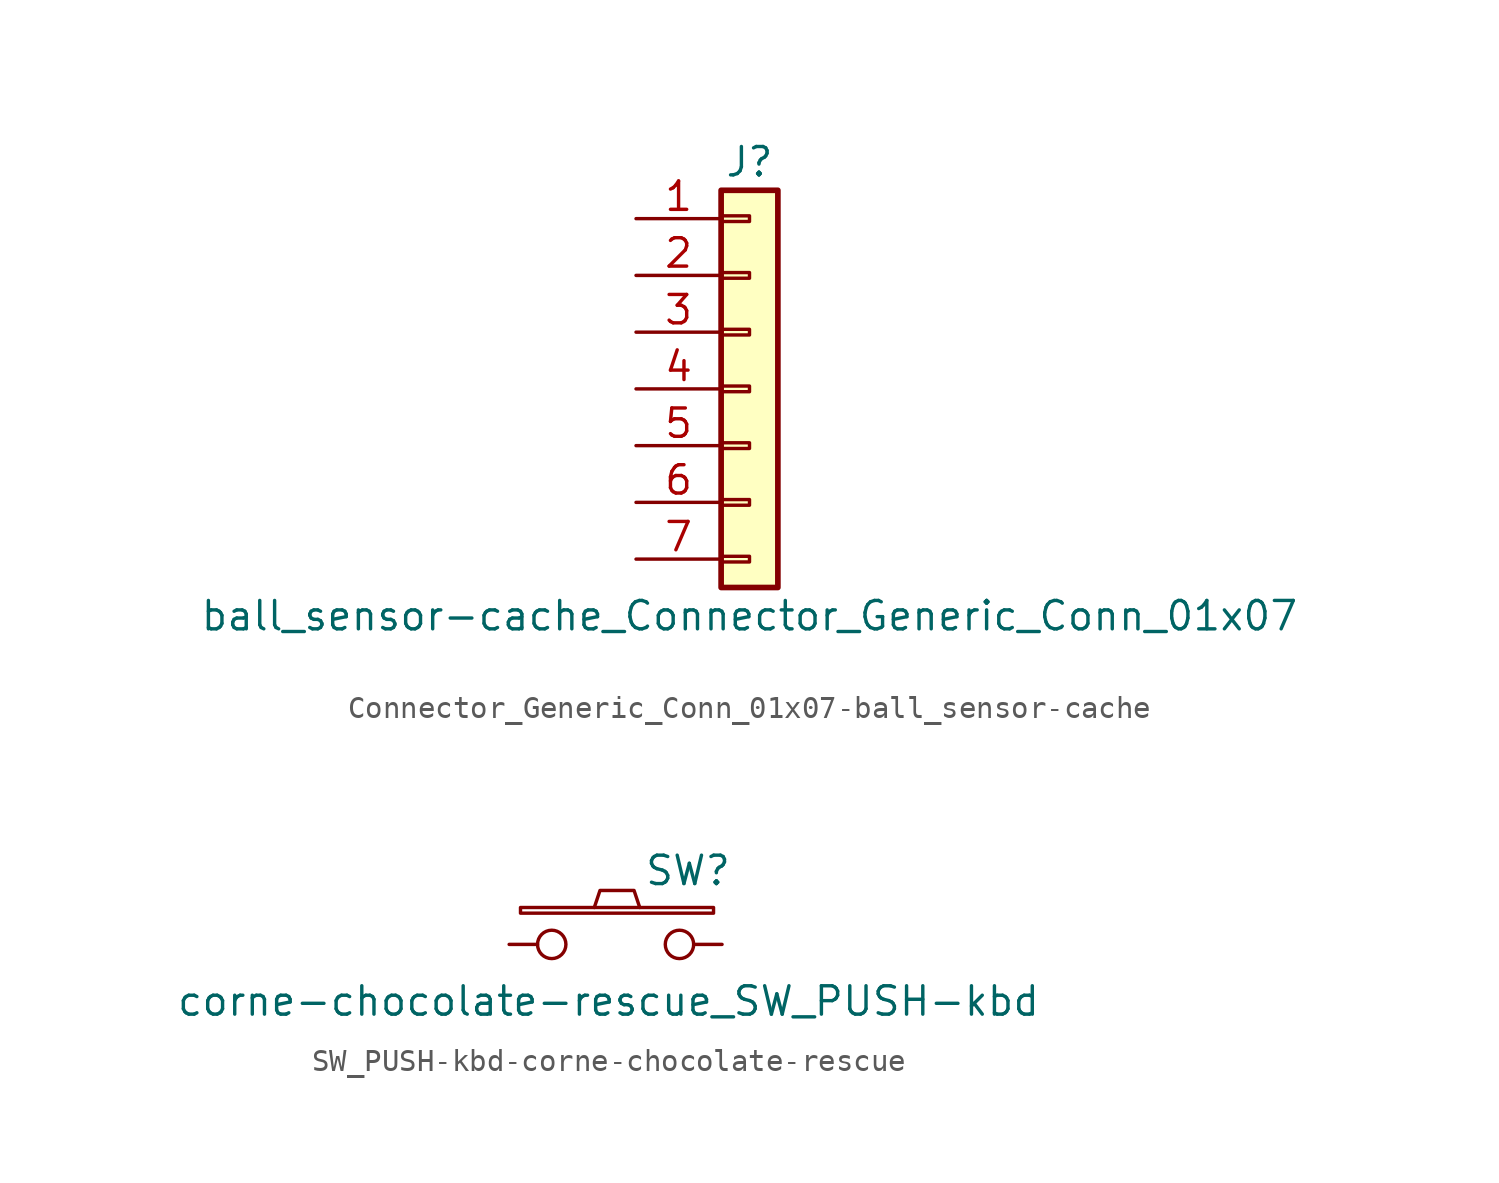
<source format=kicad_sym>
(kicad_symbol_lib
  (version 20220914)
  (generator kicad_symbol_editor)
  (symbol "Connector_Generic_Conn_01x07-ball_sensor-cache"
    (pin_names
      (offset 1.016) hide)
    (property "Reference" "J"
      (at 0 10.16 0)
      (effects (font (size 1.27 1.27))))
    (property "Value" "ball_sensor-cache_Connector_Generic_Conn_01x07"
      (at 0 -10.16 0)
      (effects (font (size 1.27 1.27))))
    (symbol "Connector_Generic_Conn_01x07-ball_sensor-cache_1_1"
      (rectangle (start -1.27 -7.493) (end 0 -7.747) (stroke (width 0.152) (type solid)) (fill (type none)))
      (rectangle (start -1.27 -4.953) (end 0 -5.207) (stroke (width 0.152) (type solid)) (fill (type none)))
      (rectangle (start -1.27 -2.413) (end 0 -2.667) (stroke (width 0.152) (type solid)) (fill (type none)))
      (rectangle (start -1.27 0.127) (end 0 -0.127) (stroke (width 0.152) (type solid)) (fill (type none)))
      (rectangle (start -1.27 2.667) (end 0 2.413) (stroke (width 0.152) (type solid)) (fill (type none)))
      (rectangle (start -1.27 5.207) (end 0 4.953) (stroke (width 0.152) (type solid)) (fill (type none)))
      (rectangle (start -1.27 7.747) (end 0 7.493) (stroke (width 0.152) (type solid)) (fill (type none)))
      (rectangle (start -1.27 8.89) (end 1.27 -8.89) (stroke (width 0.254) (type solid)) (fill (type background)))
      (pin passive line (at -5.08 7.62 0) (length 3.81) (name "Pin_1" (effects (font (size 1.27 1.27)))) (number "1" (effects (font (size 1.27 1.27)))))
      (pin passive line (at -5.08 5.08 0) (length 3.81) (name "Pin_2" (effects (font (size 1.27 1.27)))) (number "2" (effects (font (size 1.27 1.27)))))
      (pin passive line (at -5.08 2.54 0) (length 3.81) (name "Pin_3" (effects (font (size 1.27 1.27)))) (number "3" (effects (font (size 1.27 1.27)))))
      (pin passive line (at -5.08 0 0) (length 3.81) (name "Pin_4" (effects (font (size 1.27 1.27)))) (number "4" (effects (font (size 1.27 1.27)))))
      (pin passive line (at -5.08 -2.54 0) (length 3.81) (name "Pin_5" (effects (font (size 1.27 1.27)))) (number "5" (effects (font (size 1.27 1.27)))))
      (pin passive line (at -5.08 -5.08 0) (length 3.81) (name "Pin_6" (effects (font (size 1.27 1.27)))) (number "6" (effects (font (size 1.27 1.27)))))
      (pin passive line (at -5.08 -7.62 0) (length 3.81) (name "Pin_7" (effects (font (size 1.27 1.27)))) (number "7" (effects (font (size 1.27 1.27)))))))
  (symbol "SW_PUSH-kbd-corne-chocolate-rescue"
    (pin_numbers hide)
    (pin_names
      (offset 1.016) hide)
    (property "Reference" "SW"
      (at 6.096 3.302 0)
      (effects (font (size 1.27 1.27))))
    (property "Value" "corne-chocolate-rescue_SW_PUSH-kbd"
      (at 2.54 -2.54 0)
      (effects (font (size 1.27 1.27))))
    (property "Footprint" ""
      (at 0 0 0)
      (effects (font (size 1.27 1.27))))
    (property "Datasheet" ""
      (at 0 0 0)
      (effects (font (size 1.27 1.27))))
    (symbol "SW_PUSH-kbd-corne-chocolate-rescue_0_1"
      (pin passive inverted (at -1.905 0 0) (length 2.54) (name "1" (effects (font (size 1.27 1.27)))) (number "1" (effects (font (size 1.27 1.27)))))
      (pin passive inverted (at 7.62 0 180) (length 2.54) (name "4" (effects (font (size 1.27 1.27)))) (number "4" (effects (font (size 1.27 1.27))))))
    (symbol "SW_PUSH-kbd-corne-chocolate-rescue_1_1"
      (rectangle (start -1.397 1.397) (end 7.239 1.651) (stroke (width 0) (type solid)) (fill (type none)))
      (polyline (pts (xy 1.905 1.651) (xy 2.159 2.413) (xy 3.683 2.413) (xy 3.937 1.651)) (stroke (width 0) (type solid)) (fill (type none))))))
</source>
